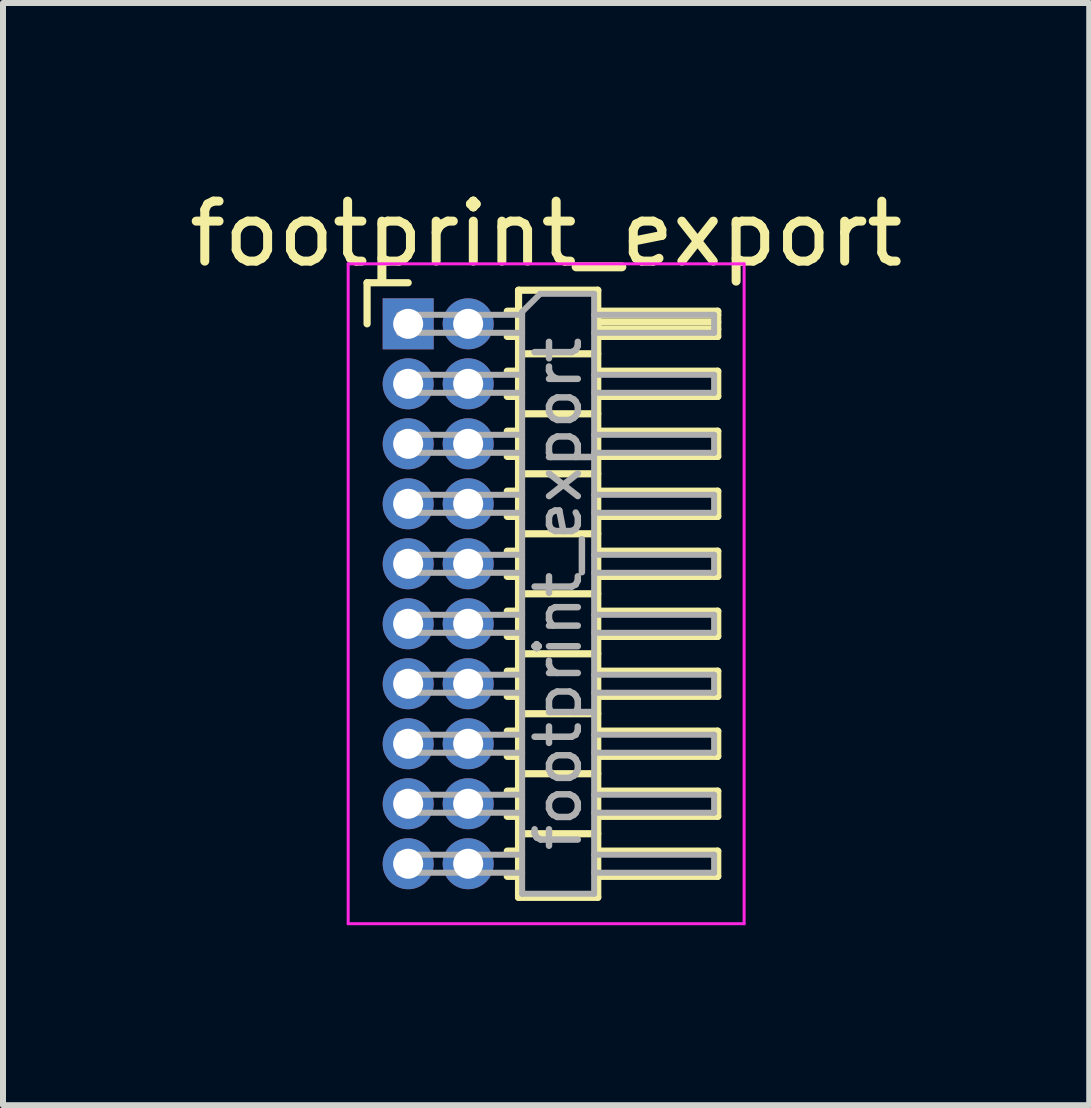
<source format=kicad_pcb>
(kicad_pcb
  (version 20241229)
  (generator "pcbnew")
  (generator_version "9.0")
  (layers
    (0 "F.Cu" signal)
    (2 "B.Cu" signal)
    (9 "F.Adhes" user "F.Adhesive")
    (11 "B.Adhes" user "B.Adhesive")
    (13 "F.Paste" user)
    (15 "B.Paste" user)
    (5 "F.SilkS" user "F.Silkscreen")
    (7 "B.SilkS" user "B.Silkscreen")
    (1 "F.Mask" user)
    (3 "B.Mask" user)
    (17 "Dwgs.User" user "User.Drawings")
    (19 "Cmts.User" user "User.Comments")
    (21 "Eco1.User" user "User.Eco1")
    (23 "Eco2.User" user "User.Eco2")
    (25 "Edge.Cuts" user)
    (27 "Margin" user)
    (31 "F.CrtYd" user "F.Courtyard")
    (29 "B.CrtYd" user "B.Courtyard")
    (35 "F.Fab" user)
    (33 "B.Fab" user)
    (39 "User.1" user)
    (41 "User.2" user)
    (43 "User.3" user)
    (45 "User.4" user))
  (footprint "footprint_export"
    (layer "F.Cu")
    (at 3.754 2.348)
    (property "Reference" "footprint_export" (at 2.3 -1.5 0) (layer "F.SilkS") (effects (font (size 1 1) (thickness 0.15))))
    (attr through_hole)
    (fp_line (start -0.685 -0.685) (end 0 -0.685) (stroke (width 0.12) (type solid)) (layer "F.SilkS"))
    (fp_line (start -0.685 0) (end -0.685 -0.685) (stroke (width 0.12) (type solid)) (layer "F.SilkS"))
    (fp_line (start 1.652 -0.21) (end 1.84 -0.21) (stroke (width 0.12) (type solid)) (layer "F.SilkS"))
    (fp_line (start 1.652 0.21) (end 1.84 0.21) (stroke (width 0.12) (type solid)) (layer "F.SilkS"))
    (fp_line (start 1.652 0.79) (end 1.84 0.79) (stroke (width 0.12) (type solid)) (layer "F.SilkS"))
    (fp_line (start 1.652 1.21) (end 1.84 1.21) (stroke (width 0.12) (type solid)) (layer "F.SilkS"))
    (fp_line (start 1.652 1.79) (end 1.84 1.79) (stroke (width 0.12) (type solid)) (layer "F.SilkS"))
    (fp_line (start 1.652 2.21) (end 1.84 2.21) (stroke (width 0.12) (type solid)) (layer "F.SilkS"))
    (fp_line (start 1.652 2.79) (end 1.84 2.79) (stroke (width 0.12) (type solid)) (layer "F.SilkS"))
    (fp_line (start 1.652 3.21) (end 1.84 3.21) (stroke (width 0.12) (type solid)) (layer "F.SilkS"))
    (fp_line (start 1.652 3.79) (end 1.84 3.79) (stroke (width 0.12) (type solid)) (layer "F.SilkS"))
    (fp_line (start 1.652 4.21) (end 1.84 4.21) (stroke (width 0.12) (type solid)) (layer "F.SilkS"))
    (fp_line (start 1.652 4.79) (end 1.84 4.79) (stroke (width 0.12) (type solid)) (layer "F.SilkS"))
    (fp_line (start 1.652 5.21) (end 1.84 5.21) (stroke (width 0.12) (type solid)) (layer "F.SilkS"))
    (fp_line (start 1.652 5.79) (end 1.84 5.79) (stroke (width 0.12) (type solid)) (layer "F.SilkS"))
    (fp_line (start 1.652 6.21) (end 1.84 6.21) (stroke (width 0.12) (type solid)) (layer "F.SilkS"))
    (fp_line (start 1.652 6.79) (end 1.84 6.79) (stroke (width 0.12) (type solid)) (layer "F.SilkS"))
    (fp_line (start 1.652 7.21) (end 1.84 7.21) (stroke (width 0.12) (type solid)) (layer "F.SilkS"))
    (fp_line (start 1.652 7.79) (end 1.84 7.79) (stroke (width 0.12) (type solid)) (layer "F.SilkS"))
    (fp_line (start 1.652 8.21) (end 1.84 8.21) (stroke (width 0.12) (type solid)) (layer "F.SilkS"))
    (fp_line (start 1.652 8.79) (end 1.84 8.79) (stroke (width 0.12) (type solid)) (layer "F.SilkS"))
    (fp_line (start 1.652 9.21) (end 1.84 9.21) (stroke (width 0.12) (type solid)) (layer "F.SilkS"))
    (fp_line (start 1.84 -0.56) (end 1.84 9.56) (stroke (width 0.12) (type solid)) (layer "F.SilkS"))
    (fp_line (start 1.84 0.5) (end 3.16 0.5) (stroke (width 0.12) (type solid)) (layer "F.SilkS"))
    (fp_line (start 1.84 1.5) (end 3.16 1.5) (stroke (width 0.12) (type solid)) (layer "F.SilkS"))
    (fp_line (start 1.84 2.5) (end 3.16 2.5) (stroke (width 0.12) (type solid)) (layer "F.SilkS"))
    (fp_line (start 1.84 3.5) (end 3.16 3.5) (stroke (width 0.12) (type solid)) (layer "F.SilkS"))
    (fp_line (start 1.84 4.5) (end 3.16 4.5) (stroke (width 0.12) (type solid)) (layer "F.SilkS"))
    (fp_line (start 1.84 5.5) (end 3.16 5.5) (stroke (width 0.12) (type solid)) (layer "F.SilkS"))
    (fp_line (start 1.84 6.5) (end 3.16 6.5) (stroke (width 0.12) (type solid)) (layer "F.SilkS"))
    (fp_line (start 1.84 7.5) (end 3.16 7.5) (stroke (width 0.12) (type solid)) (layer "F.SilkS"))
    (fp_line (start 1.84 8.5) (end 3.16 8.5) (stroke (width 0.12) (type solid)) (layer "F.SilkS"))
    (fp_line (start 1.84 9.56) (end 3.16 9.56) (stroke (width 0.12) (type solid)) (layer "F.SilkS"))
    (fp_line (start 3.16 -0.56) (end 1.84 -0.56) (stroke (width 0.12) (type solid)) (layer "F.SilkS"))
    (fp_line (start 3.16 -0.21) (end 5.16 -0.21) (stroke (width 0.12) (type solid)) (layer "F.SilkS"))
    (fp_line (start 3.16 -0.15) (end 5.16 -0.15) (stroke (width 0.12) (type solid)) (layer "F.SilkS"))
    (fp_line (start 3.16 -0.03) (end 5.16 -0.03) (stroke (width 0.12) (type solid)) (layer "F.SilkS"))
    (fp_line (start 3.16 0.09) (end 5.16 0.09) (stroke (width 0.12) (type solid)) (layer "F.SilkS"))
    (fp_line (start 3.16 0.79) (end 5.16 0.79) (stroke (width 0.12) (type solid)) (layer "F.SilkS"))
    (fp_line (start 3.16 1.79) (end 5.16 1.79) (stroke (width 0.12) (type solid)) (layer "F.SilkS"))
    (fp_line (start 3.16 2.79) (end 5.16 2.79) (stroke (width 0.12) (type solid)) (layer "F.SilkS"))
    (fp_line (start 3.16 3.79) (end 5.16 3.79) (stroke (width 0.12) (type solid)) (layer "F.SilkS"))
    (fp_line (start 3.16 4.79) (end 5.16 4.79) (stroke (width 0.12) (type solid)) (layer "F.SilkS"))
    (fp_line (start 3.16 5.79) (end 5.16 5.79) (stroke (width 0.12) (type solid)) (layer "F.SilkS"))
    (fp_line (start 3.16 6.79) (end 5.16 6.79) (stroke (width 0.12) (type solid)) (layer "F.SilkS"))
    (fp_line (start 3.16 7.79) (end 5.16 7.79) (stroke (width 0.12) (type solid)) (layer "F.SilkS"))
    (fp_line (start 3.16 8.79) (end 5.16 8.79) (stroke (width 0.12) (type solid)) (layer "F.SilkS"))
    (fp_line (start 3.16 9.56) (end 3.16 -0.56) (stroke (width 0.12) (type solid)) (layer "F.SilkS"))
    (fp_line (start 5.16 -0.21) (end 5.16 0.21) (stroke (width 0.12) (type solid)) (layer "F.SilkS"))
    (fp_line (start 5.16 0.21) (end 3.16 0.21) (stroke (width 0.12) (type solid)) (layer "F.SilkS"))
    (fp_line (start 5.16 0.79) (end 5.16 1.21) (stroke (width 0.12) (type solid)) (layer "F.SilkS"))
    (fp_line (start 5.16 1.21) (end 3.16 1.21) (stroke (width 0.12) (type solid)) (layer "F.SilkS"))
    (fp_line (start 5.16 1.79) (end 5.16 2.21) (stroke (width 0.12) (type solid)) (layer "F.SilkS"))
    (fp_line (start 5.16 2.21) (end 3.16 2.21) (stroke (width 0.12) (type solid)) (layer "F.SilkS"))
    (fp_line (start 5.16 2.79) (end 5.16 3.21) (stroke (width 0.12) (type solid)) (layer "F.SilkS"))
    (fp_line (start 5.16 3.21) (end 3.16 3.21) (stroke (width 0.12) (type solid)) (layer "F.SilkS"))
    (fp_line (start 5.16 3.79) (end 5.16 4.21) (stroke (width 0.12) (type solid)) (layer "F.SilkS"))
    (fp_line (start 5.16 4.21) (end 3.16 4.21) (stroke (width 0.12) (type solid)) (layer "F.SilkS"))
    (fp_line (start 5.16 4.79) (end 5.16 5.21) (stroke (width 0.12) (type solid)) (layer "F.SilkS"))
    (fp_line (start 5.16 5.21) (end 3.16 5.21) (stroke (width 0.12) (type solid)) (layer "F.SilkS"))
    (fp_line (start 5.16 5.79) (end 5.16 6.21) (stroke (width 0.12) (type solid)) (layer "F.SilkS"))
    (fp_line (start 5.16 6.21) (end 3.16 6.21) (stroke (width 0.12) (type solid)) (layer "F.SilkS"))
    (fp_line (start 5.16 6.79) (end 5.16 7.21) (stroke (width 0.12) (type solid)) (layer "F.SilkS"))
    (fp_line (start 5.16 7.21) (end 3.16 7.21) (stroke (width 0.12) (type solid)) (layer "F.SilkS"))
    (fp_line (start 5.16 7.79) (end 5.16 8.21) (stroke (width 0.12) (type solid)) (layer "F.SilkS"))
    (fp_line (start 5.16 8.21) (end 3.16 8.21) (stroke (width 0.12) (type solid)) (layer "F.SilkS"))
    (fp_line (start 5.16 8.79) (end 5.16 9.21) (stroke (width 0.12) (type solid)) (layer "F.SilkS"))
    (fp_line (start 5.16 9.21) (end 3.16 9.21) (stroke (width 0.12) (type solid)) (layer "F.SilkS"))
    (fp_line (start -1 -1) (end -1 10) (stroke (width 0.05) (type solid)) (layer "F.CrtYd"))
    (fp_line (start -1 10) (end 5.6 10) (stroke (width 0.05) (type solid)) (layer "F.CrtYd"))
    (fp_line (start 5.6 -1) (end -1 -1) (stroke (width 0.05) (type solid)) (layer "F.CrtYd"))
    (fp_line (start 5.6 10) (end 5.6 -1) (stroke (width 0.05) (type solid)) (layer "F.CrtYd"))
    (fp_line (start -0.15 -0.15) (end -0.15 0.15) (stroke (width 0.1) (type solid)) (layer "F.Fab"))
    (fp_line (start -0.15 -0.15) (end 1.9 -0.15) (stroke (width 0.1) (type solid)) (layer "F.Fab"))
    (fp_line (start -0.15 0.15) (end 1.9 0.15) (stroke (width 0.1) (type solid)) (layer "F.Fab"))
    (fp_line (start -0.15 0.85) (end -0.15 1.15) (stroke (width 0.1) (type solid)) (layer "F.Fab"))
    (fp_line (start -0.15 0.85) (end 1.9 0.85) (stroke (width 0.1) (type solid)) (layer "F.Fab"))
    (fp_line (start -0.15 1.15) (end 1.9 1.15) (stroke (width 0.1) (type solid)) (layer "F.Fab"))
    (fp_line (start -0.15 1.85) (end -0.15 2.15) (stroke (width 0.1) (type solid)) (layer "F.Fab"))
    (fp_line (start -0.15 1.85) (end 1.9 1.85) (stroke (width 0.1) (type solid)) (layer "F.Fab"))
    (fp_line (start -0.15 2.15) (end 1.9 2.15) (stroke (width 0.1) (type solid)) (layer "F.Fab"))
    (fp_line (start -0.15 2.85) (end -0.15 3.15) (stroke (width 0.1) (type solid)) (layer "F.Fab"))
    (fp_line (start -0.15 2.85) (end 1.9 2.85) (stroke (width 0.1) (type solid)) (layer "F.Fab"))
    (fp_line (start -0.15 3.15) (end 1.9 3.15) (stroke (width 0.1) (type solid)) (layer "F.Fab"))
    (fp_line (start -0.15 3.85) (end -0.15 4.15) (stroke (width 0.1) (type solid)) (layer "F.Fab"))
    (fp_line (start -0.15 3.85) (end 1.9 3.85) (stroke (width 0.1) (type solid)) (layer "F.Fab"))
    (fp_line (start -0.15 4.15) (end 1.9 4.15) (stroke (width 0.1) (type solid)) (layer "F.Fab"))
    (fp_line (start -0.15 4.85) (end -0.15 5.15) (stroke (width 0.1) (type solid)) (layer "F.Fab"))
    (fp_line (start -0.15 4.85) (end 1.9 4.85) (stroke (width 0.1) (type solid)) (layer "F.Fab"))
    (fp_line (start -0.15 5.15) (end 1.9 5.15) (stroke (width 0.1) (type solid)) (layer "F.Fab"))
    (fp_line (start -0.15 5.85) (end -0.15 6.15) (stroke (width 0.1) (type solid)) (layer "F.Fab"))
    (fp_line (start -0.15 5.85) (end 1.9 5.85) (stroke (width 0.1) (type solid)) (layer "F.Fab"))
    (fp_line (start -0.15 6.15) (end 1.9 6.15) (stroke (width 0.1) (type solid)) (layer "F.Fab"))
    (fp_line (start -0.15 6.85) (end -0.15 7.15) (stroke (width 0.1) (type solid)) (layer "F.Fab"))
    (fp_line (start -0.15 6.85) (end 1.9 6.85) (stroke (width 0.1) (type solid)) (layer "F.Fab"))
    (fp_line (start -0.15 7.15) (end 1.9 7.15) (stroke (width 0.1) (type solid)) (layer "F.Fab"))
    (fp_line (start -0.15 7.85) (end -0.15 8.15) (stroke (width 0.1) (type solid)) (layer "F.Fab"))
    (fp_line (start -0.15 7.85) (end 1.9 7.85) (stroke (width 0.1) (type solid)) (layer "F.Fab"))
    (fp_line (start -0.15 8.15) (end 1.9 8.15) (stroke (width 0.1) (type solid)) (layer "F.Fab"))
    (fp_line (start -0.15 8.85) (end -0.15 9.15) (stroke (width 0.1) (type solid)) (layer "F.Fab"))
    (fp_line (start -0.15 8.85) (end 1.9 8.85) (stroke (width 0.1) (type solid)) (layer "F.Fab"))
    (fp_line (start -0.15 9.15) (end 1.9 9.15) (stroke (width 0.1) (type solid)) (layer "F.Fab"))
    (fp_line (start 1.9 -0.2) (end 2.2 -0.5) (stroke (width 0.1) (type solid)) (layer "F.Fab"))
    (fp_line (start 1.9 9.5) (end 1.9 -0.2) (stroke (width 0.1) (type solid)) (layer "F.Fab"))
    (fp_line (start 2.2 -0.5) (end 3.1 -0.5) (stroke (width 0.1) (type solid)) (layer "F.Fab"))
    (fp_line (start 3.1 -0.5) (end 3.1 9.5) (stroke (width 0.1) (type solid)) (layer "F.Fab"))
    (fp_line (start 3.1 -0.15) (end 5.1 -0.15) (stroke (width 0.1) (type solid)) (layer "F.Fab"))
    (fp_line (start 3.1 0.15) (end 5.1 0.15) (stroke (width 0.1) (type solid)) (layer "F.Fab"))
    (fp_line (start 3.1 0.85) (end 5.1 0.85) (stroke (width 0.1) (type solid)) (layer "F.Fab"))
    (fp_line (start 3.1 1.15) (end 5.1 1.15) (stroke (width 0.1) (type solid)) (layer "F.Fab"))
    (fp_line (start 3.1 1.85) (end 5.1 1.85) (stroke (width 0.1) (type solid)) (layer "F.Fab"))
    (fp_line (start 3.1 2.15) (end 5.1 2.15) (stroke (width 0.1) (type solid)) (layer "F.Fab"))
    (fp_line (start 3.1 2.85) (end 5.1 2.85) (stroke (width 0.1) (type solid)) (layer "F.Fab"))
    (fp_line (start 3.1 3.15) (end 5.1 3.15) (stroke (width 0.1) (type solid)) (layer "F.Fab"))
    (fp_line (start 3.1 3.85) (end 5.1 3.85) (stroke (width 0.1) (type solid)) (layer "F.Fab"))
    (fp_line (start 3.1 4.15) (end 5.1 4.15) (stroke (width 0.1) (type solid)) (layer "F.Fab"))
    (fp_line (start 3.1 4.85) (end 5.1 4.85) (stroke (width 0.1) (type solid)) (layer "F.Fab"))
    (fp_line (start 3.1 5.15) (end 5.1 5.15) (stroke (width 0.1) (type solid)) (layer "F.Fab"))
    (fp_line (start 3.1 5.85) (end 5.1 5.85) (stroke (width 0.1) (type solid)) (layer "F.Fab"))
    (fp_line (start 3.1 6.15) (end 5.1 6.15) (stroke (width 0.1) (type solid)) (layer "F.Fab"))
    (fp_line (start 3.1 6.85) (end 5.1 6.85) (stroke (width 0.1) (type solid)) (layer "F.Fab"))
    (fp_line (start 3.1 7.15) (end 5.1 7.15) (stroke (width 0.1) (type solid)) (layer "F.Fab"))
    (fp_line (start 3.1 7.85) (end 5.1 7.85) (stroke (width 0.1) (type solid)) (layer "F.Fab"))
    (fp_line (start 3.1 8.15) (end 5.1 8.15) (stroke (width 0.1) (type solid)) (layer "F.Fab"))
    (fp_line (start 3.1 8.85) (end 5.1 8.85) (stroke (width 0.1) (type solid)) (layer "F.Fab"))
    (fp_line (start 3.1 9.15) (end 5.1 9.15) (stroke (width 0.1) (type solid)) (layer "F.Fab"))
    (fp_line (start 3.1 9.5) (end 1.9 9.5) (stroke (width 0.1) (type solid)) (layer "F.Fab"))
    (fp_line (start 5.1 -0.15) (end 5.1 0.15) (stroke (width 0.1) (type solid)) (layer "F.Fab"))
    (fp_line (start 5.1 0.85) (end 5.1 1.15) (stroke (width 0.1) (type solid)) (layer "F.Fab"))
    (fp_line (start 5.1 1.85) (end 5.1 2.15) (stroke (width 0.1) (type solid)) (layer "F.Fab"))
    (fp_line (start 5.1 2.85) (end 5.1 3.15) (stroke (width 0.1) (type solid)) (layer "F.Fab"))
    (fp_line (start 5.1 3.85) (end 5.1 4.15) (stroke (width 0.1) (type solid)) (layer "F.Fab"))
    (fp_line (start 5.1 4.85) (end 5.1 5.15) (stroke (width 0.1) (type solid)) (layer "F.Fab"))
    (fp_line (start 5.1 5.85) (end 5.1 6.15) (stroke (width 0.1) (type solid)) (layer "F.Fab"))
    (fp_line (start 5.1 6.85) (end 5.1 7.15) (stroke (width 0.1) (type solid)) (layer "F.Fab"))
    (fp_line (start 5.1 7.85) (end 5.1 8.15) (stroke (width 0.1) (type solid)) (layer "F.Fab"))
    (fp_line (start 5.1 8.85) (end 5.1 9.15) (stroke (width 0.1) (type solid)) (layer "F.Fab"))
    (fp_text user "${REFERENCE}" (at 2.5 4.5 90) (layer "F.Fab") (effects (font (size 0.72 0.72) (thickness 0.108))))
    (pad "1" thru_hole rect (at 0 0) (size 0.85 0.85) (drill 0.5) (layers "*.Cu" "*.Mask"))
    (pad "2" thru_hole oval (at 1 0) (size 0.85 0.85) (drill 0.5) (layers "*.Cu" "*.Mask"))
    (pad "3" thru_hole oval (at 0 1) (size 0.85 0.85) (drill 0.5) (layers "*.Cu" "*.Mask"))
    (pad "4" thru_hole oval (at 1 1) (size 0.85 0.85) (drill 0.5) (layers "*.Cu" "*.Mask"))
    (pad "5" thru_hole oval (at 0 2) (size 0.85 0.85) (drill 0.5) (layers "*.Cu" "*.Mask"))
    (pad "6" thru_hole oval (at 1 2) (size 0.85 0.85) (drill 0.5) (layers "*.Cu" "*.Mask"))
    (pad "7" thru_hole oval (at 0 3) (size 0.85 0.85) (drill 0.5) (layers "*.Cu" "*.Mask"))
    (pad "8" thru_hole oval (at 1 3) (size 0.85 0.85) (drill 0.5) (layers "*.Cu" "*.Mask"))
    (pad "9" thru_hole oval (at 0 4) (size 0.85 0.85) (drill 0.5) (layers "*.Cu" "*.Mask"))
    (pad "10" thru_hole oval (at 1 4) (size 0.85 0.85) (drill 0.5) (layers "*.Cu" "*.Mask"))
    (pad "11" thru_hole oval (at 0 5) (size 0.85 0.85) (drill 0.5) (layers "*.Cu" "*.Mask"))
    (pad "12" thru_hole oval (at 1 5) (size 0.85 0.85) (drill 0.5) (layers "*.Cu" "*.Mask"))
    (pad "13" thru_hole oval (at 0 6) (size 0.85 0.85) (drill 0.5) (layers "*.Cu" "*.Mask"))
    (pad "14" thru_hole oval (at 1 6) (size 0.85 0.85) (drill 0.5) (layers "*.Cu" "*.Mask"))
    (pad "15" thru_hole oval (at 0 7) (size 0.85 0.85) (drill 0.5) (layers "*.Cu" "*.Mask"))
    (pad "16" thru_hole oval (at 1 7) (size 0.85 0.85) (drill 0.5) (layers "*.Cu" "*.Mask"))
    (pad "17" thru_hole oval (at 0 8) (size 0.85 0.85) (drill 0.5) (layers "*.Cu" "*.Mask"))
    (pad "18" thru_hole oval (at 1 8) (size 0.85 0.85) (drill 0.5) (layers "*.Cu" "*.Mask"))
    (pad "19" thru_hole oval (at 0 9) (size 0.85 0.85) (drill 0.5) (layers "*.Cu" "*.Mask"))
    (pad "20" thru_hole oval (at 1 9) (size 0.85 0.85) (drill 0.5) (layers "*.Cu" "*.Mask")))
  (gr_rect
    (start -3 -3)
    (end 15.107 15.373)
    (stroke (width 0.1) (type default))
    (fill no)
    (layer "Edge.Cuts")))
</source>
